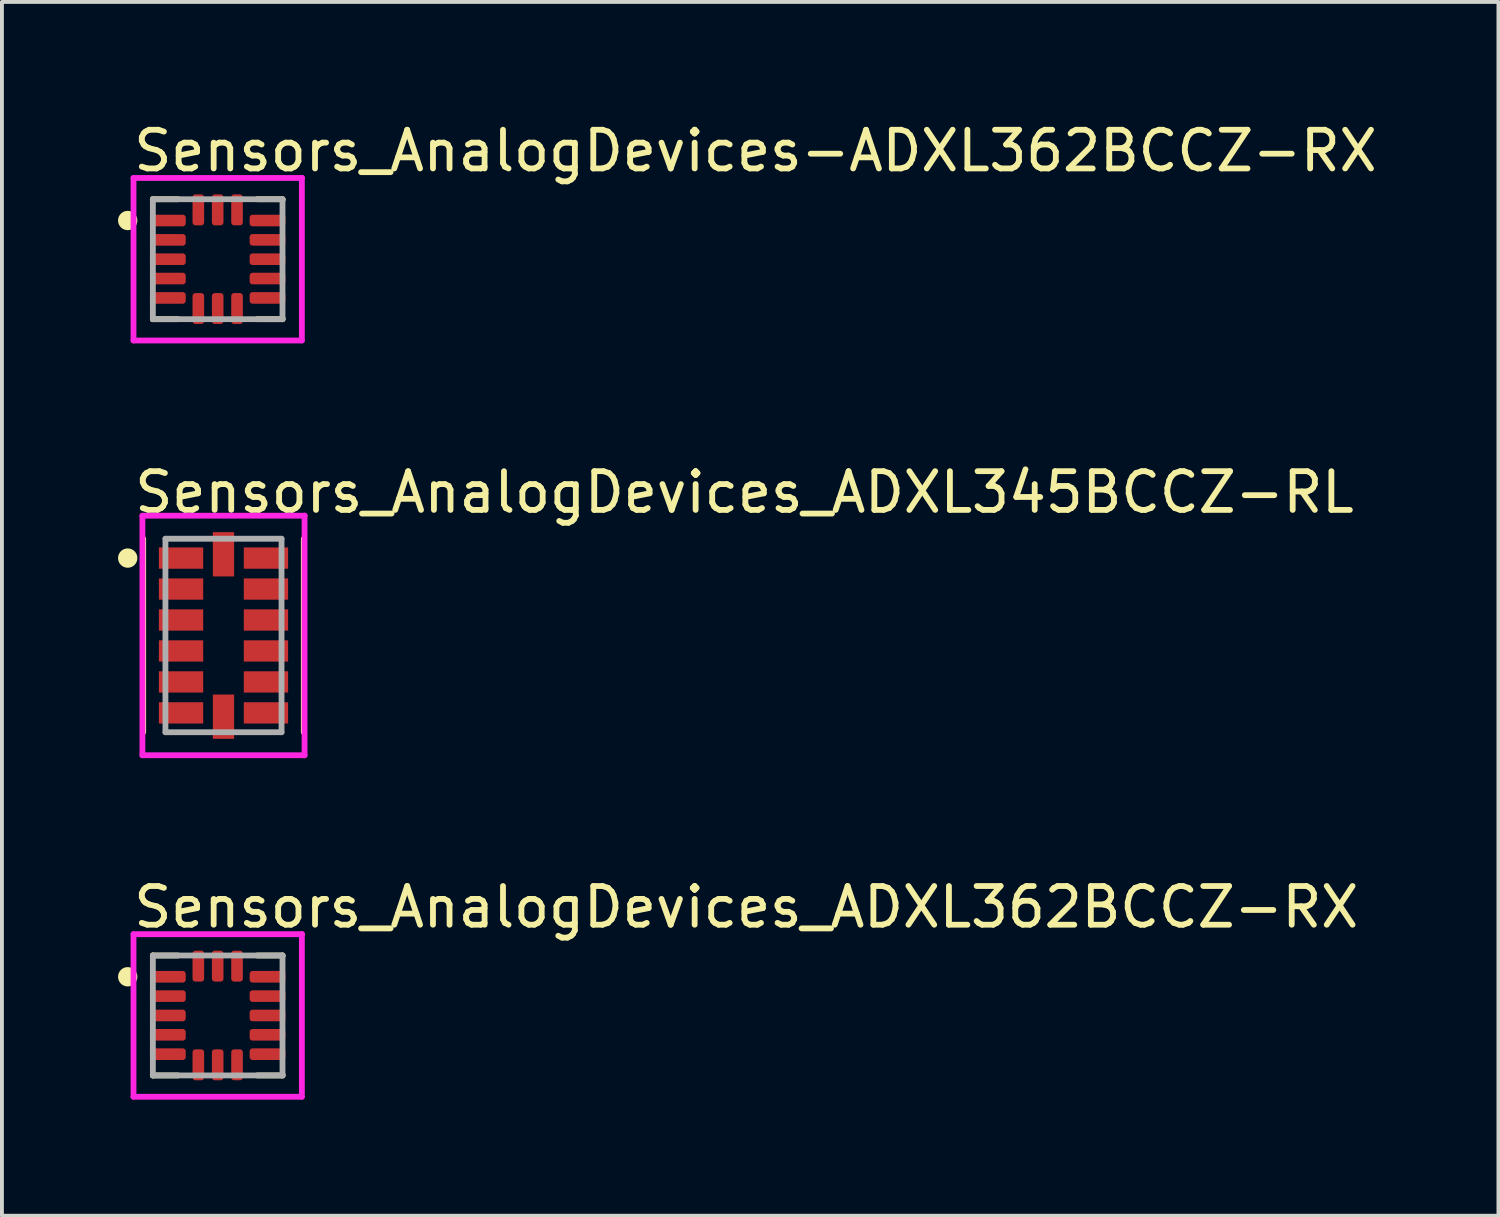
<source format=kicad_pcb>
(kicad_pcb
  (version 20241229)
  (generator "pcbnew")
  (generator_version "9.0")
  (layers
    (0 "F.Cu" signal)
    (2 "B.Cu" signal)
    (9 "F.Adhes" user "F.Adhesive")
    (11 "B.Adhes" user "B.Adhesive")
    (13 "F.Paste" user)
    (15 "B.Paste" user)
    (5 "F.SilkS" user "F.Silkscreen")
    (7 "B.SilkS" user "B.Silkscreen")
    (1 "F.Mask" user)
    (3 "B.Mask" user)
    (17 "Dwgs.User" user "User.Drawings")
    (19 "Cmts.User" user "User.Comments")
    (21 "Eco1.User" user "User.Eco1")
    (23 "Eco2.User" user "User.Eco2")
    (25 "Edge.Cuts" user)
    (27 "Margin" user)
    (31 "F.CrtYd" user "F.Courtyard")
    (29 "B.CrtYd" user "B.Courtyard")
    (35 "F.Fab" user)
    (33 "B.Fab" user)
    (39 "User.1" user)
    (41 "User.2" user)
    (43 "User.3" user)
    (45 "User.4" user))
  (footprint "Sensors_AnalogDevices-ADXL362BCCZ-RX"
    (layer "F.Cu")
    (at 2.575 3.648)
    (property "Reference" "Sensors_AnalogDevices-ADXL362BCCZ-RX" (at -2.25 -2.8 0) (layer "F.SilkS") (effects (font (size 1 1) (thickness 0.15)) (justify left)))
    (attr through_hole)
    (fp_line (start -1.675 -1.55) (end -1.025 -1.55) (stroke (width 0.15) (type solid)) (layer "F.SilkS"))
    (fp_line (start -1.675 -1.525) (end -1.675 -1.55) (stroke (width 0.15) (type solid)) (layer "F.SilkS"))
    (fp_line (start -1.675 1.55) (end -1.675 1.525) (stroke (width 0.15) (type solid)) (layer "F.SilkS"))
    (fp_line (start -1.675 1.55) (end -1.025 1.55) (stroke (width 0.15) (type solid)) (layer "F.SilkS"))
    (fp_line (start 1.025 -1.55) (end 1.675 -1.55) (stroke (width 0.15) (type solid)) (layer "F.SilkS"))
    (fp_line (start 1.025 1.55) (end 1.675 1.55) (stroke (width 0.15) (type solid)) (layer "F.SilkS"))
    (fp_line (start 1.675 -1.525) (end 1.675 -1.55) (stroke (width 0.15) (type solid)) (layer "F.SilkS"))
    (fp_line (start 1.675 1.55) (end 1.675 1.525) (stroke (width 0.15) (type solid)) (layer "F.SilkS"))
    (fp_circle (center -2.325 -1) (end -2.2 -1) (stroke (width 0.25) (type solid)) (fill no) (layer "F.SilkS"))
    (fp_line (start -2.175 -2.1) (end -2.175 2.1) (stroke (width 0.15) (type solid)) (layer "F.CrtYd"))
    (fp_line (start -2.175 2.1) (end 2.175 2.1) (stroke (width 0.15) (type solid)) (layer "F.CrtYd"))
    (fp_line (start 2.175 -2.1) (end -2.175 -2.1) (stroke (width 0.15) (type solid)) (layer "F.CrtYd"))
    (fp_line (start 2.175 -2.1) (end 2.175 -2.1) (stroke (width 0.15) (type solid)) (layer "F.CrtYd"))
    (fp_line (start 2.175 2.1) (end 2.175 -2.1) (stroke (width 0.15) (type solid)) (layer "F.CrtYd"))
    (fp_line (start -1.675 -1.55) (end 1.675 -1.55) (stroke (width 0.15) (type solid)) (layer "F.Fab"))
    (fp_line (start -1.675 1.55) (end -1.675 -1.55) (stroke (width 0.15) (type solid)) (layer "F.Fab"))
    (fp_line (start 1.675 -1.55) (end 1.675 1.55) (stroke (width 0.15) (type solid)) (layer "F.Fab"))
    (fp_line (start 1.675 1.55) (end -1.675 1.55) (stroke (width 0.15) (type solid)) (layer "F.Fab"))
    (pad "1" smd roundrect (at -1.288 -1) (size 0.925 0.3) (layers "F.Cu" "F.Mask" "F.Paste") (roundrect_rratio 0.25))
    (pad "2" smd roundrect (at -1.288 -0.5) (size 0.925 0.3) (layers "F.Cu" "F.Mask" "F.Paste") (roundrect_rratio 0.25))
    (pad "3" smd roundrect (at -1.288 0) (size 0.925 0.3) (layers "F.Cu" "F.Mask" "F.Paste") (roundrect_rratio 0.25))
    (pad "4" smd roundrect (at -1.288 0.5) (size 0.925 0.3) (layers "F.Cu" "F.Mask" "F.Paste") (roundrect_rratio 0.25))
    (pad "5" smd roundrect (at -1.288 1) (size 0.925 0.3) (layers "F.Cu" "F.Mask" "F.Paste") (roundrect_rratio 0.25))
    (pad "6" smd roundrect (at -0.5 1.275) (size 0.3 0.8) (layers "F.Cu" "F.Mask" "F.Paste") (roundrect_rratio 0.25))
    (pad "7" smd roundrect (at 0 1.275) (size 0.3 0.8) (layers "F.Cu" "F.Mask" "F.Paste") (roundrect_rratio 0.25))
    (pad "8" smd roundrect (at 0.5 1.275) (size 0.3 0.8) (layers "F.Cu" "F.Mask" "F.Paste") (roundrect_rratio 0.25))
    (pad "9" smd roundrect (at 1.288 1) (size 0.925 0.3) (layers "F.Cu" "F.Mask" "F.Paste") (roundrect_rratio 0.25))
    (pad "10" smd roundrect (at 1.288 0.5) (size 0.925 0.3) (layers "F.Cu" "F.Mask" "F.Paste") (roundrect_rratio 0.25))
    (pad "11" smd roundrect (at 1.288 0) (size 0.925 0.3) (layers "F.Cu" "F.Mask" "F.Paste") (roundrect_rratio 0.25))
    (pad "12" smd roundrect (at 1.288 -0.5) (size 0.925 0.3) (layers "F.Cu" "F.Mask" "F.Paste") (roundrect_rratio 0.25))
    (pad "13" smd roundrect (at 1.288 -1) (size 0.925 0.3) (layers "F.Cu" "F.Mask" "F.Paste") (roundrect_rratio 0.25))
    (pad "14" smd roundrect (at 0.5 -1.275) (size 0.3 0.8) (layers "F.Cu" "F.Mask" "F.Paste") (roundrect_rratio 0.25))
    (pad "15" smd roundrect (at 0 -1.275) (size 0.3 0.8) (layers "F.Cu" "F.Mask" "F.Paste") (roundrect_rratio 0.25))
    (pad "16" smd roundrect (at -0.5 -1.275) (size 0.3 0.8) (layers "F.Cu" "F.Mask" "F.Paste") (roundrect_rratio 0.25)))
  (footprint "Sensors_AnalogDevices_ADXL345BCCZ-RL"
    (layer "F.Cu")
    (at 2.725 13.371)
    (property "Reference" "Sensors_AnalogDevices_ADXL345BCCZ-RL" (at -2.375 -3.7 0) (layer "F.SilkS") (effects (font (size 1 1) (thickness 0.15)) (justify left)))
    (attr through_hole)
    (fp_line (start -2.075 -2.5) (end -2.075 2.5) (stroke (width 0.15) (type solid)) (layer "F.SilkS"))
    (fp_line (start 2.075 -2.5) (end 2.075 2.5) (stroke (width 0.15) (type solid)) (layer "F.SilkS"))
    (fp_circle (center -2.475 -2) (end -2.35 -2) (stroke (width 0.25) (type solid)) (fill no) (layer "F.SilkS"))
    (fp_line (start -2.095 -3.095) (end -2.095 3.095) (stroke (width 0.15) (type solid)) (layer "F.CrtYd"))
    (fp_line (start -2.095 3.095) (end 2.095 3.095) (stroke (width 0.15) (type solid)) (layer "F.CrtYd"))
    (fp_line (start 2.095 -3.095) (end -2.095 -3.095) (stroke (width 0.15) (type solid)) (layer "F.CrtYd"))
    (fp_line (start 2.095 -3.095) (end 2.095 -3.095) (stroke (width 0.15) (type solid)) (layer "F.CrtYd"))
    (fp_line (start 2.095 3.095) (end 2.095 -3.095) (stroke (width 0.15) (type solid)) (layer "F.CrtYd"))
    (fp_line (start -1.5 -2.5) (end 1.5 -2.5) (stroke (width 0.15) (type solid)) (layer "F.Fab"))
    (fp_line (start -1.5 2.5) (end -1.5 -2.5) (stroke (width 0.15) (type solid)) (layer "F.Fab"))
    (fp_line (start 1.5 -2.5) (end 1.5 2.5) (stroke (width 0.15) (type solid)) (layer "F.Fab"))
    (fp_line (start 1.5 2.5) (end -1.5 2.5) (stroke (width 0.15) (type solid)) (layer "F.Fab"))
    (pad "1" smd rect (at -1.097 -2) (size 1.145 0.55) (layers "F.Cu" "F.Mask" "F.Paste"))
    (pad "2" smd rect (at -1.097 -1.2) (size 1.145 0.55) (layers "F.Cu" "F.Mask" "F.Paste"))
    (pad "3" smd rect (at -1.097 -0.4) (size 1.145 0.55) (layers "F.Cu" "F.Mask" "F.Paste"))
    (pad "4" smd rect (at -1.097 0.4) (size 1.145 0.55) (layers "F.Cu" "F.Mask" "F.Paste"))
    (pad "5" smd rect (at -1.097 1.2) (size 1.145 0.55) (layers "F.Cu" "F.Mask" "F.Paste"))
    (pad "6" smd rect (at -1.097 2) (size 1.145 0.55) (layers "F.Cu" "F.Mask" "F.Paste"))
    (pad "7" smd rect (at 0 2.098) (size 0.55 1.145) (layers "F.Cu" "F.Mask" "F.Paste"))
    (pad "8" smd rect (at 1.097 2) (size 1.145 0.55) (layers "F.Cu" "F.Mask" "F.Paste"))
    (pad "9" smd rect (at 1.097 1.2) (size 1.145 0.55) (layers "F.Cu" "F.Mask" "F.Paste"))
    (pad "10" smd rect (at 1.097 0.4) (size 1.145 0.55) (layers "F.Cu" "F.Mask" "F.Paste"))
    (pad "11" smd rect (at 1.097 -0.4) (size 1.145 0.55) (layers "F.Cu" "F.Mask" "F.Paste"))
    (pad "12" smd rect (at 1.097 -1.2) (size 1.145 0.55) (layers "F.Cu" "F.Mask" "F.Paste"))
    (pad "13" smd rect (at 1.097 -2) (size 1.145 0.55) (layers "F.Cu" "F.Mask" "F.Paste"))
    (pad "14" smd rect (at 0 -2.098) (size 0.55 1.145) (layers "F.Cu" "F.Mask" "F.Paste")))
  (footprint "Sensors_AnalogDevices_ADXL362BCCZ-RX"
    (layer "F.Cu")
    (at 2.575 23.19)
    (property "Reference" "Sensors_AnalogDevices_ADXL362BCCZ-RX" (at -2.25 -2.8 0) (layer "F.SilkS") (effects (font (size 1 1) (thickness 0.15)) (justify left)))
    (attr through_hole)
    (fp_line (start -1.675 -1.55) (end -1.025 -1.55) (stroke (width 0.15) (type solid)) (layer "F.SilkS"))
    (fp_line (start -1.675 -1.525) (end -1.675 -1.55) (stroke (width 0.15) (type solid)) (layer "F.SilkS"))
    (fp_line (start -1.675 1.55) (end -1.675 1.525) (stroke (width 0.15) (type solid)) (layer "F.SilkS"))
    (fp_line (start -1.675 1.55) (end -1.025 1.55) (stroke (width 0.15) (type solid)) (layer "F.SilkS"))
    (fp_line (start 1.025 -1.55) (end 1.675 -1.55) (stroke (width 0.15) (type solid)) (layer "F.SilkS"))
    (fp_line (start 1.025 1.55) (end 1.675 1.55) (stroke (width 0.15) (type solid)) (layer "F.SilkS"))
    (fp_line (start 1.675 -1.525) (end 1.675 -1.55) (stroke (width 0.15) (type solid)) (layer "F.SilkS"))
    (fp_line (start 1.675 1.55) (end 1.675 1.525) (stroke (width 0.15) (type solid)) (layer "F.SilkS"))
    (fp_circle (center -2.325 -1) (end -2.2 -1) (stroke (width 0.25) (type solid)) (fill no) (layer "F.SilkS"))
    (fp_line (start -2.175 -2.1) (end -2.175 2.1) (stroke (width 0.15) (type solid)) (layer "F.CrtYd"))
    (fp_line (start -2.175 2.1) (end 2.175 2.1) (stroke (width 0.15) (type solid)) (layer "F.CrtYd"))
    (fp_line (start 2.175 -2.1) (end -2.175 -2.1) (stroke (width 0.15) (type solid)) (layer "F.CrtYd"))
    (fp_line (start 2.175 -2.1) (end 2.175 -2.1) (stroke (width 0.15) (type solid)) (layer "F.CrtYd"))
    (fp_line (start 2.175 2.1) (end 2.175 -2.1) (stroke (width 0.15) (type solid)) (layer "F.CrtYd"))
    (fp_line (start -1.675 -1.55) (end 1.675 -1.55) (stroke (width 0.15) (type solid)) (layer "F.Fab"))
    (fp_line (start -1.675 1.55) (end -1.675 -1.55) (stroke (width 0.15) (type solid)) (layer "F.Fab"))
    (fp_line (start 1.675 -1.55) (end 1.675 1.55) (stroke (width 0.15) (type solid)) (layer "F.Fab"))
    (fp_line (start 1.675 1.55) (end -1.675 1.55) (stroke (width 0.15) (type solid)) (layer "F.Fab"))
    (pad "1" smd roundrect (at -1.288 -1) (size 0.925 0.3) (layers "F.Cu" "F.Mask" "F.Paste") (roundrect_rratio 0.25))
    (pad "2" smd roundrect (at -1.288 -0.5) (size 0.925 0.3) (layers "F.Cu" "F.Mask" "F.Paste") (roundrect_rratio 0.25))
    (pad "3" smd roundrect (at -1.288 0) (size 0.925 0.3) (layers "F.Cu" "F.Mask" "F.Paste") (roundrect_rratio 0.25))
    (pad "4" smd roundrect (at -1.288 0.5) (size 0.925 0.3) (layers "F.Cu" "F.Mask" "F.Paste") (roundrect_rratio 0.25))
    (pad "5" smd roundrect (at -1.288 1) (size 0.925 0.3) (layers "F.Cu" "F.Mask" "F.Paste") (roundrect_rratio 0.25))
    (pad "6" smd roundrect (at -0.5 1.275) (size 0.3 0.8) (layers "F.Cu" "F.Mask" "F.Paste") (roundrect_rratio 0.25))
    (pad "7" smd roundrect (at 0 1.275) (size 0.3 0.8) (layers "F.Cu" "F.Mask" "F.Paste") (roundrect_rratio 0.25))
    (pad "8" smd roundrect (at 0.5 1.275) (size 0.3 0.8) (layers "F.Cu" "F.Mask" "F.Paste") (roundrect_rratio 0.25))
    (pad "9" smd roundrect (at 1.288 1) (size 0.925 0.3) (layers "F.Cu" "F.Mask" "F.Paste") (roundrect_rratio 0.25))
    (pad "10" smd roundrect (at 1.288 0.5) (size 0.925 0.3) (layers "F.Cu" "F.Mask" "F.Paste") (roundrect_rratio 0.25))
    (pad "11" smd roundrect (at 1.288 0) (size 0.925 0.3) (layers "F.Cu" "F.Mask" "F.Paste") (roundrect_rratio 0.25))
    (pad "12" smd roundrect (at 1.288 -0.5) (size 0.925 0.3) (layers "F.Cu" "F.Mask" "F.Paste") (roundrect_rratio 0.25))
    (pad "13" smd roundrect (at 1.288 -1) (size 0.925 0.3) (layers "F.Cu" "F.Mask" "F.Paste") (roundrect_rratio 0.25))
    (pad "14" smd roundrect (at 0.5 -1.275) (size 0.3 0.8) (layers "F.Cu" "F.Mask" "F.Paste") (roundrect_rratio 0.25))
    (pad "15" smd roundrect (at 0 -1.275) (size 0.3 0.8) (layers "F.Cu" "F.Mask" "F.Paste") (roundrect_rratio 0.25))
    (pad "16" smd roundrect (at -0.5 -1.275) (size 0.3 0.8) (layers "F.Cu" "F.Mask" "F.Paste") (roundrect_rratio 0.25)))
  (gr_rect
    (start -3 -3)
    (end 35.67 28.365)
    (stroke (width 0.1) (type default))
    (fill no)
    (layer "Edge.Cuts")))
</source>
